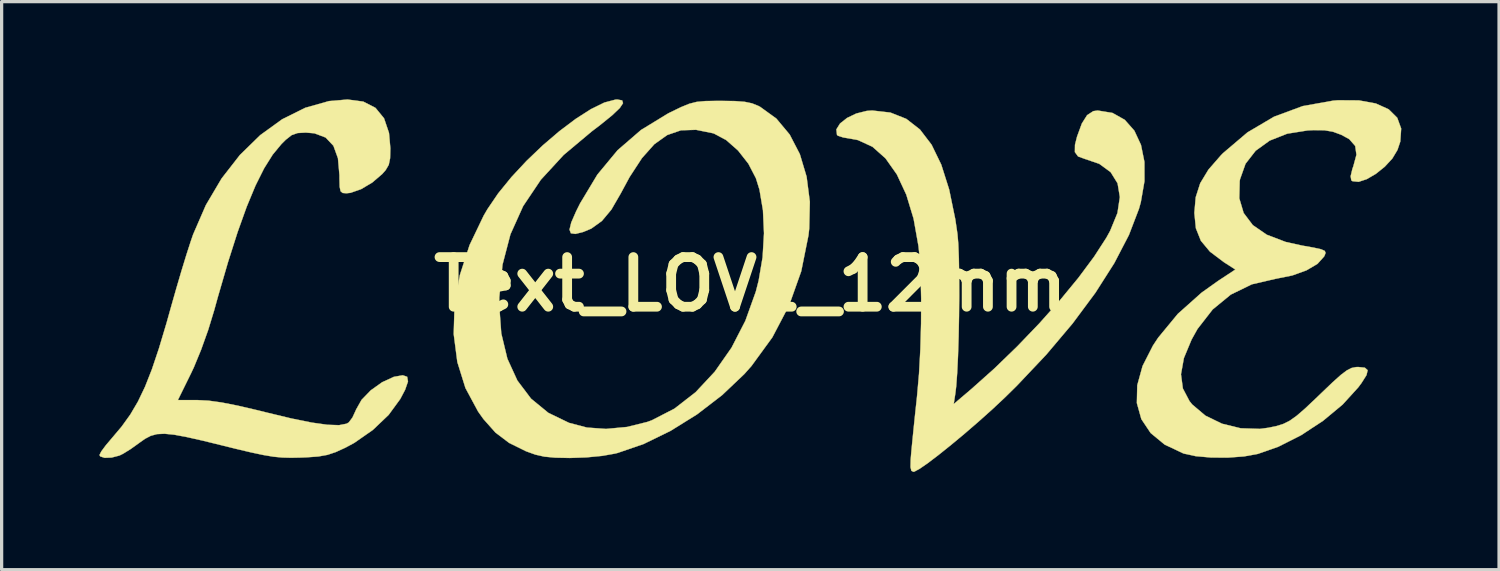
<source format=kicad_pcb>
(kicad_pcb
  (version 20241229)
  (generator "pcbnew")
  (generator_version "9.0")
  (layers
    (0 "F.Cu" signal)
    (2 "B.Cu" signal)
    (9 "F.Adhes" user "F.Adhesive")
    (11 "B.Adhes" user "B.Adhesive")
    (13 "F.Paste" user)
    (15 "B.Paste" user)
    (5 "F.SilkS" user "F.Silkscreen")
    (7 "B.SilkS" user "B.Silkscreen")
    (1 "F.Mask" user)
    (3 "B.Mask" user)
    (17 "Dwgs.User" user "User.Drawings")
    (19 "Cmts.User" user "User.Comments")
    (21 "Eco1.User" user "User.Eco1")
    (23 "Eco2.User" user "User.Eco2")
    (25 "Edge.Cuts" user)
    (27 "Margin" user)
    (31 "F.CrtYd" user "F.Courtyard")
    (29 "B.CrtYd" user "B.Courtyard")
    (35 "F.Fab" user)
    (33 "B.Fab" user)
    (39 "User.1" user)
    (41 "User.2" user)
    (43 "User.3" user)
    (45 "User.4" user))
  (footprint "Text_LOVE_12mm"
    (layer "F.Cu")
    (at 19.986 5.677)
    (property "Reference" "Text_LOVE_12mm" (at 0 0 0) (layer "F.SilkS") (effects (font (size 1.524 1.524) (thickness 0.3))))
    (attr through_hole)
    (fp_poly (pts (xy 11.118 -5.26) (xy 11.495 -5.048) (xy 11.789 -4.715) (xy 11.992 -4.279) (xy 12.098 -3.756) (xy 12.099 -3.164) (xy 11.987 -2.519) (xy 11.93 -2.316) (xy 11.622 -1.513) (xy 11.173 -0.649) (xy 10.593 0.261) (xy 9.894 1.202) (xy 9.086 2.159) (xy 8.179 3.118) (xy 7.819 3.472) (xy 7.434 3.833) (xy 7.016 4.207) (xy 6.588 4.577) (xy 6.17 4.925) (xy 5.785 5.234) (xy 5.453 5.487) (xy 5.196 5.665) (xy 5.035 5.752) (xy 5.008 5.757) (xy 4.944 5.727) (xy 4.917 5.614) (xy 4.922 5.386) (xy 4.938 5.186) (xy 4.967 4.882) (xy 5.009 4.462) (xy 5.059 3.979) (xy 5.112 3.487) (xy 5.118 3.429) (xy 5.178 2.748) (xy 5.219 1.993) (xy 5.241 1.207) (xy 5.244 0.434) (xy 5.227 -0.282) (xy 5.19 -0.897) (xy 5.161 -1.173) (xy 5.011 -2.015) (xy 4.787 -2.752) (xy 4.498 -3.372) (xy 4.149 -3.866) (xy 3.749 -4.221) (xy 3.304 -4.426) (xy 3.094 -4.466) (xy 2.852 -4.507) (xy 2.69 -4.56) (xy 2.66 -4.584) (xy 2.64 -4.754) (xy 2.754 -4.936) (xy 2.969 -5.106) (xy 3.252 -5.242) (xy 3.572 -5.322) (xy 3.743 -5.334) (xy 4.3 -5.271) (xy 4.787 -5.078) (xy 5.207 -4.751) (xy 5.564 -4.284) (xy 5.861 -3.672) (xy 6.103 -2.91) (xy 6.292 -1.993) (xy 6.358 -1.543) (xy 6.384 -1.238) (xy 6.401 -0.8) (xy 6.41 -0.261) (xy 6.412 0.342) (xy 6.406 0.977) (xy 6.394 1.607) (xy 6.375 2.199) (xy 6.35 2.717) (xy 6.32 3.128) (xy 6.295 3.341) (xy 6.243 3.677) (xy 6.783 3.218) (xy 7.489 2.588) (xy 8.192 1.908) (xy 8.871 1.201) (xy 9.505 0.49) (xy 10.073 -0.201) (xy 10.554 -0.848) (xy 10.929 -1.428) (xy 11.046 -1.64) (xy 11.27 -2.187) (xy 11.344 -2.677) (xy 11.274 -3.098) (xy 11.061 -3.442) (xy 10.711 -3.698) (xy 10.273 -3.847) (xy 10.061 -3.924) (xy 9.963 -4.058) (xy 9.966 -4.282) (xy 10.029 -4.532) (xy 10.177 -4.936) (xy 10.338 -5.191) (xy 10.528 -5.315) (xy 10.664 -5.334) (xy 11.118 -5.26)) (stroke (width 0.01) (type solid)) (fill yes) (layer "F.SilkS"))
    (fp_poly (pts (xy -11.883 -5.608) (xy -11.509 -5.416) (xy -11.246 -5.095) (xy -11.094 -4.647) (xy -11.052 -4.175) (xy -11.06 -3.869) (xy -11.101 -3.668) (xy -11.195 -3.507) (xy -11.303 -3.384) (xy -11.608 -3.123) (xy -11.951 -2.92) (xy -12.275 -2.807) (xy -12.4 -2.794) (xy -12.516 -2.803) (xy -12.58 -2.856) (xy -12.608 -2.991) (xy -12.615 -3.245) (xy -12.615 -3.349) (xy -12.661 -3.869) (xy -12.8 -4.252) (xy -13.039 -4.505) (xy -13.384 -4.635) (xy -13.65 -4.657) (xy -13.899 -4.643) (xy -14.081 -4.58) (xy -14.264 -4.436) (xy -14.394 -4.307) (xy -14.663 -3.982) (xy -14.928 -3.559) (xy -15.193 -3.029) (xy -15.463 -2.379) (xy -15.743 -1.598) (xy -16.037 -0.677) (xy -16.35 0.398) (xy -16.462 0.804) (xy -16.645 1.403) (xy -16.862 2.01) (xy -17.086 2.553) (xy -17.17 2.731) (xy -17.576 3.556) (xy -16.968 3.556) (xy -16.635 3.573) (xy -16.232 3.629) (xy -15.73 3.728) (xy -15.104 3.874) (xy -14.872 3.932) (xy -14.095 4.119) (xy -13.468 4.246) (xy -12.982 4.314) (xy -12.628 4.326) (xy -12.397 4.281) (xy -12.328 4.241) (xy -12.215 4.09) (xy -12.112 3.867) (xy -12.106 3.85) (xy -11.936 3.548) (xy -11.652 3.255) (xy -11.305 3.008) (xy -10.945 2.842) (xy -10.671 2.794) (xy -10.536 2.84) (xy -10.511 2.985) (xy -10.599 3.239) (xy -10.748 3.522) (xy -11.106 4.011) (xy -11.591 4.473) (xy -12.159 4.869) (xy -12.43 5.015) (xy -12.727 5.151) (xy -12.984 5.237) (xy -13.263 5.287) (xy -13.625 5.313) (xy -13.798 5.32) (xy -14.102 5.326) (xy -14.372 5.319) (xy -14.644 5.293) (xy -14.953 5.241) (xy -15.335 5.16) (xy -15.824 5.044) (xy -16.163 4.96) (xy -16.802 4.803) (xy -17.303 4.69) (xy -17.689 4.618) (xy -17.986 4.589) (xy -18.217 4.6) (xy -18.408 4.652) (xy -18.582 4.743) (xy -18.765 4.872) (xy -18.771 4.877) (xy -19.025 5.059) (xy -19.256 5.202) (xy -19.37 5.258) (xy -19.61 5.32) (xy -19.824 5.328) (xy -19.96 5.284) (xy -19.981 5.241) (xy -19.928 5.134) (xy -19.789 4.946) (xy -19.602 4.725) (xy -19.3 4.367) (xy -19.036 4) (xy -18.801 3.601) (xy -18.583 3.146) (xy -18.372 2.61) (xy -18.157 1.97) (xy -17.927 1.202) (xy -17.78 0.678) (xy -17.626 0.137) (xy -17.466 -0.407) (xy -17.312 -0.91) (xy -17.178 -1.324) (xy -17.107 -1.53) (xy -16.715 -2.432) (xy -16.232 -3.249) (xy -15.671 -3.969) (xy -15.047 -4.578) (xy -14.374 -5.065) (xy -13.667 -5.417) (xy -12.938 -5.623) (xy -12.367 -5.672) (xy -11.883 -5.608)) (stroke (width 0.01) (type solid)) (fill yes) (layer "F.SilkS"))
    (fp_poly (pts (xy 18.682 -5.645) (xy 19.202 -5.55) (xy 19.597 -5.371) (xy 19.859 -5.112) (xy 19.98 -4.78) (xy 19.953 -4.382) (xy 19.867 -4.125) (xy 19.709 -3.861) (xy 19.476 -3.609) (xy 19.203 -3.39) (xy 18.925 -3.228) (xy 18.674 -3.145) (xy 18.487 -3.164) (xy 18.449 -3.192) (xy 18.429 -3.317) (xy 18.483 -3.544) (xy 18.51 -3.618) (xy 18.607 -3.976) (xy 18.569 -4.246) (xy 18.386 -4.455) (xy 18.144 -4.588) (xy 17.886 -4.683) (xy 17.623 -4.728) (xy 17.29 -4.732) (xy 17.11 -4.723) (xy 16.482 -4.623) (xy 15.944 -4.411) (xy 15.512 -4.099) (xy 15.202 -3.7) (xy 15.033 -3.225) (xy 15.023 -3.169) (xy 15.01 -2.639) (xy 15.144 -2.188) (xy 15.425 -1.816) (xy 15.855 -1.52) (xy 16.436 -1.299) (xy 16.933 -1.189) (xy 17.298 -1.124) (xy 17.523 -1.074) (xy 17.634 -1.025) (xy 17.66 -0.963) (xy 17.627 -0.877) (xy 17.613 -0.851) (xy 17.411 -0.627) (xy 17.074 -0.428) (xy 16.638 -0.271) (xy 16.138 -0.17) (xy 16.135 -0.17) (xy 15.397 0.001) (xy 14.749 0.317) (xy 14.192 0.774) (xy 13.728 1.371) (xy 13.545 1.699) (xy 13.309 2.267) (xy 13.22 2.763) (xy 13.278 3.199) (xy 13.482 3.588) (xy 13.564 3.69) (xy 13.97 4.033) (xy 14.48 4.281) (xy 15.053 4.421) (xy 15.643 4.44) (xy 15.904 4.405) (xy 16.157 4.352) (xy 16.366 4.286) (xy 16.561 4.188) (xy 16.771 4.038) (xy 17.028 3.816) (xy 17.36 3.503) (xy 17.539 3.331) (xy 17.879 3.006) (xy 18.128 2.783) (xy 18.312 2.644) (xy 18.457 2.57) (xy 18.591 2.543) (xy 18.661 2.54) (xy 18.865 2.561) (xy 18.951 2.638) (xy 18.916 2.788) (xy 18.762 3.032) (xy 18.662 3.166) (xy 18.183 3.692) (xy 17.581 4.192) (xy 16.906 4.635) (xy 16.205 4.989) (xy 15.579 5.208) (xy 15.156 5.285) (xy 14.657 5.322) (xy 14.143 5.319) (xy 13.672 5.277) (xy 13.304 5.197) (xy 13.293 5.193) (xy 12.719 4.922) (xy 12.289 4.567) (xy 12.003 4.139) (xy 11.866 3.647) (xy 11.878 3.1) (xy 12.041 2.509) (xy 12.359 1.884) (xy 12.521 1.639) (xy 13.124 0.908) (xy 13.855 0.256) (xy 14.358 -0.102) (xy 14.89 -0.452) (xy 14.536 -0.68) (xy 14.11 -1.001) (xy 13.831 -1.336) (xy 13.678 -1.719) (xy 13.631 -2.186) (xy 13.631 -2.192) (xy 13.673 -2.673) (xy 13.811 -3.102) (xy 14.063 -3.519) (xy 14.448 -3.961) (xy 14.513 -4.027) (xy 15.262 -4.663) (xy 16.079 -5.145) (xy 16.958 -5.47) (xy 17.893 -5.637) (xy 18.042 -5.649) (xy 18.682 -5.645)) (stroke (width 0.01) (type solid)) (fill yes) (layer "F.SilkS"))
    (fp_poly (pts (xy -3.936 -5.645) (xy -3.909 -5.56) (xy -4.009 -5.41) (xy -4.241 -5.189) (xy -4.61 -4.89) (xy -4.869 -4.693) (xy -5.732 -3.97) (xy -6.433 -3.208) (xy -6.976 -2.399) (xy -7.366 -1.533) (xy -7.609 -0.603) (xy -7.708 0.401) (xy -7.711 0.628) (xy -7.647 1.508) (xy -7.459 2.287) (xy -7.152 2.957) (xy -6.732 3.513) (xy -6.201 3.948) (xy -5.566 4.255) (xy -5.017 4.399) (xy -4.431 4.441) (xy -3.789 4.381) (xy -3.166 4.227) (xy -3.023 4.175) (xy -2.33 3.818) (xy -1.681 3.314) (xy -1.092 2.683) (xy -0.577 1.946) (xy -0.153 1.121) (xy 0.167 0.229) (xy 0.255 -0.115) (xy 0.376 -0.829) (xy 0.419 -1.564) (xy 0.387 -2.271) (xy 0.28 -2.904) (xy 0.171 -3.255) (xy -0.061 -3.702) (xy -0.378 -4.106) (xy -0.742 -4.427) (xy -1.115 -4.626) (xy -1.153 -4.638) (xy -1.668 -4.742) (xy -2.13 -4.727) (xy -2.552 -4.582) (xy -2.947 -4.301) (xy -3.328 -3.874) (xy -3.707 -3.293) (xy -3.982 -2.784) (xy -4.267 -2.292) (xy -4.559 -1.943) (xy -4.884 -1.709) (xy -5.128 -1.607) (xy -5.369 -1.546) (xy -5.51 -1.565) (xy -5.552 -1.678) (xy -5.498 -1.898) (xy -5.349 -2.239) (xy -5.229 -2.48) (xy -4.696 -3.367) (xy -4.076 -4.115) (xy -3.356 -4.737) (xy -2.524 -5.245) (xy -2.462 -5.276) (xy -2.128 -5.438) (xy -1.877 -5.541) (xy -1.649 -5.599) (xy -1.385 -5.624) (xy -1.029 -5.63) (xy -0.895 -5.63) (xy -0.473 -5.624) (xy -0.173 -5.601) (xy 0.051 -5.554) (xy 0.245 -5.476) (xy 0.3 -5.447) (xy 0.798 -5.087) (xy 1.207 -4.597) (xy 1.519 -3.996) (xy 1.727 -3.302) (xy 1.826 -2.533) (xy 1.807 -1.708) (xy 1.784 -1.502) (xy 1.562 -0.4) (xy 1.189 0.65) (xy 0.676 1.628) (xy 0.032 2.512) (xy -0.189 2.76) (xy -0.869 3.405) (xy -1.636 3.994) (xy -2.451 4.501) (xy -3.277 4.904) (xy -4.074 5.178) (xy -4.154 5.198) (xy -4.548 5.268) (xy -5.036 5.315) (xy -5.542 5.332) (xy -5.551 5.332) (xy -5.992 5.323) (xy -6.322 5.292) (xy -6.599 5.23) (xy -6.881 5.129) (xy -6.892 5.124) (xy -7.405 4.871) (xy -7.822 4.556) (xy -8.194 4.138) (xy -8.359 3.906) (xy -8.747 3.185) (xy -8.996 2.387) (xy -9.107 1.53) (xy -9.081 0.634) (xy -8.918 -0.283) (xy -8.62 -1.203) (xy -8.187 -2.107) (xy -8.073 -2.303) (xy -7.743 -2.789) (xy -7.335 -3.29) (xy -6.872 -3.787) (xy -6.374 -4.263) (xy -5.865 -4.698) (xy -5.365 -5.075) (xy -4.896 -5.375) (xy -4.481 -5.579) (xy -4.14 -5.669) (xy -4.085 -5.672) (xy -3.936 -5.645)) (stroke (width 0.01) (type solid)) (fill yes) (layer "F.SilkS")))
  (gr_rect
    (start -3 -3)
    (end 42.971 14.44)
    (stroke (width 0.1) (type default))
    (fill no)
    (layer "Edge.Cuts")))
</source>
